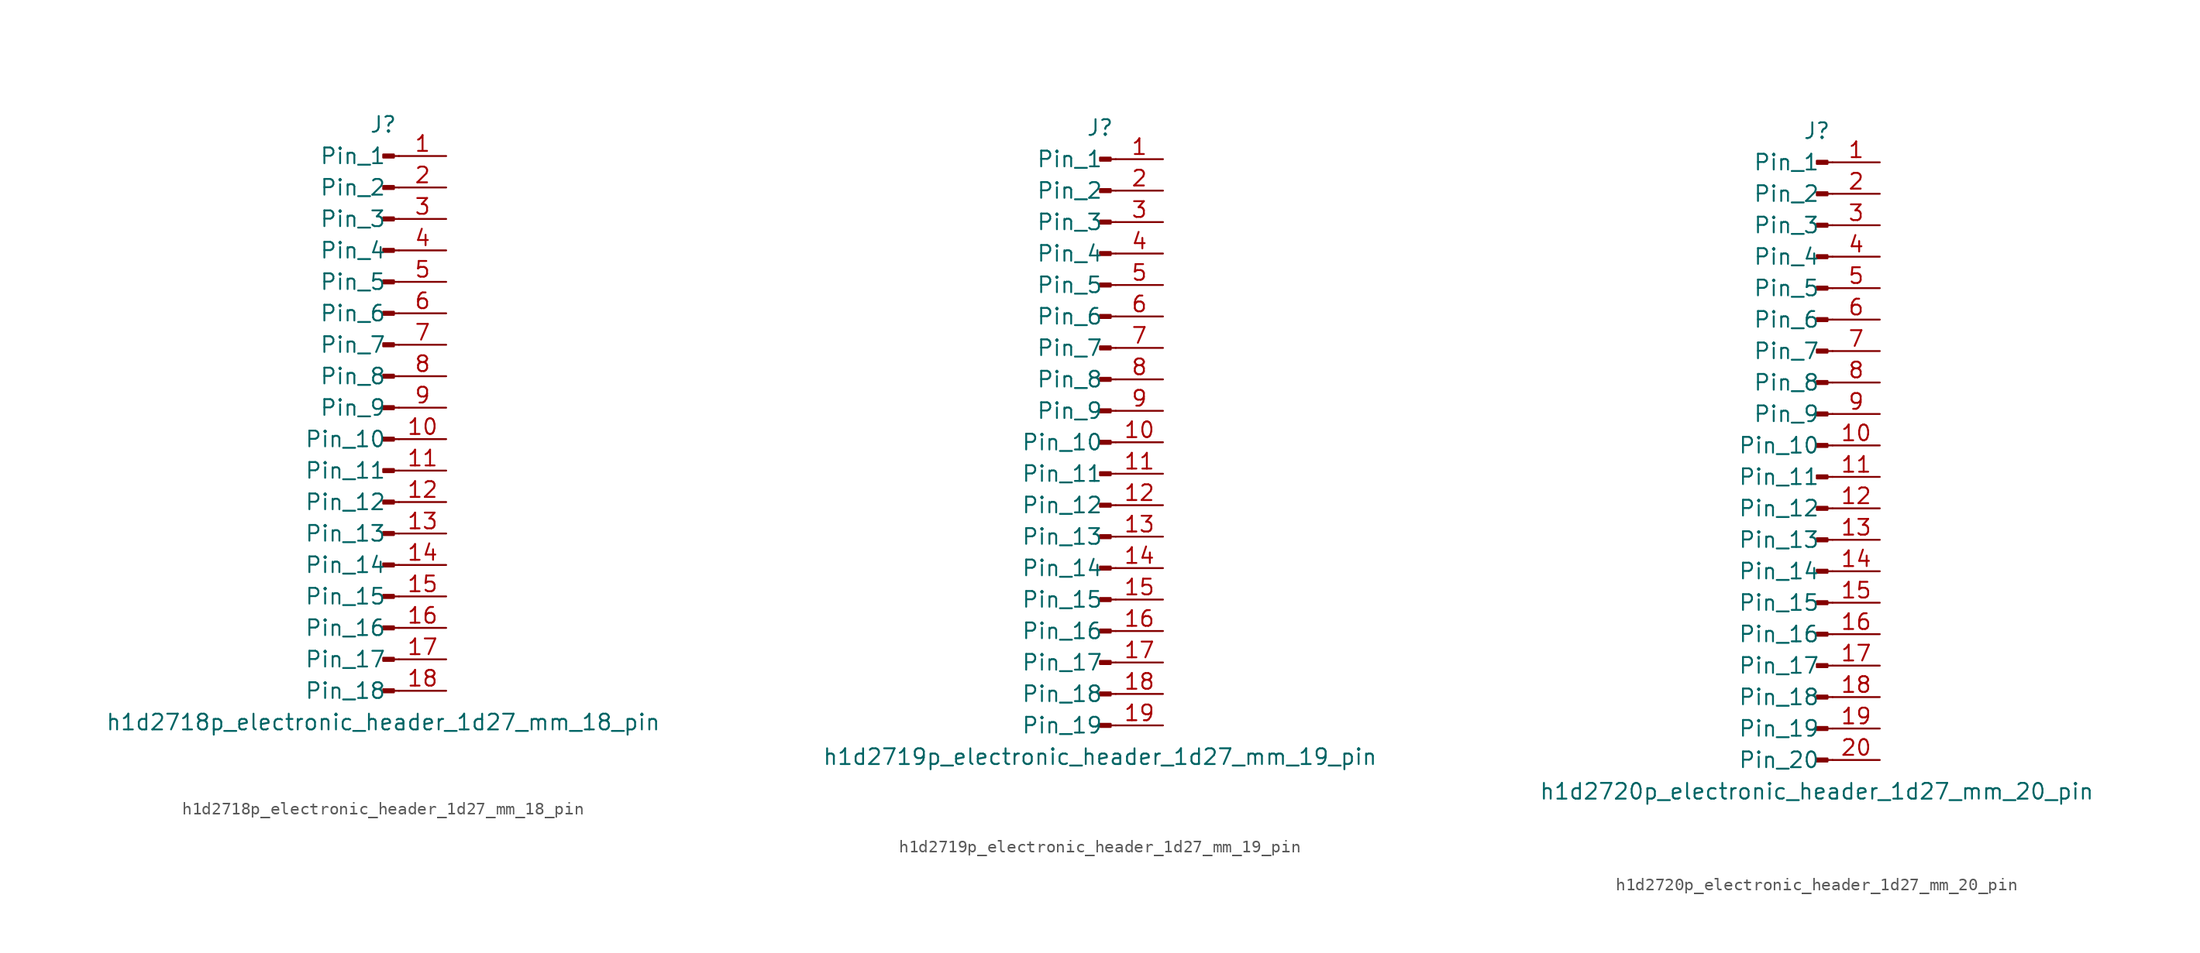
<source format=kicad_sym>
(kicad_symbol_lib
  (version 20220914)
  (generator kicad_symbol_editor)
  (symbol "h1d2718p_electronic_header_1d27_mm_18_pin"
    (pin_names
      (offset 1.016))
    (property "Reference" "J"
      (at 0 22.86 0)
      (effects (font (size 1.27 1.27))))
    (property "Value" "h1d2718p_electronic_header_1d27_mm_18_pin"
      (at 0 -25.4 0)
      (effects (font (size 1.27 1.27))))
    (property "ki_locked" ""
      (at 0 0 0)
      (effects (font (size 1.27 1.27))))
    (symbol "h1d2718p_electronic_header_1d27_mm_18_pin_1_1"
      (polyline (pts (xy 1.27 -22.86) (xy 0.864 -22.86)) (stroke (width 0.152) (type default)) (fill (type none)))
      (polyline (pts (xy 1.27 -20.32) (xy 0.864 -20.32)) (stroke (width 0.152) (type default)) (fill (type none)))
      (polyline (pts (xy 1.27 -17.78) (xy 0.864 -17.78)) (stroke (width 0.152) (type default)) (fill (type none)))
      (polyline (pts (xy 1.27 -15.24) (xy 0.864 -15.24)) (stroke (width 0.152) (type default)) (fill (type none)))
      (polyline (pts (xy 1.27 -12.7) (xy 0.864 -12.7)) (stroke (width 0.152) (type default)) (fill (type none)))
      (polyline (pts (xy 1.27 -10.16) (xy 0.864 -10.16)) (stroke (width 0.152) (type default)) (fill (type none)))
      (polyline (pts (xy 1.27 -7.62) (xy 0.864 -7.62)) (stroke (width 0.152) (type default)) (fill (type none)))
      (polyline (pts (xy 1.27 -5.08) (xy 0.864 -5.08)) (stroke (width 0.152) (type default)) (fill (type none)))
      (polyline (pts (xy 1.27 -2.54) (xy 0.864 -2.54)) (stroke (width 0.152) (type default)) (fill (type none)))
      (polyline (pts (xy 1.27 0) (xy 0.864 0)) (stroke (width 0.152) (type default)) (fill (type none)))
      (polyline (pts (xy 1.27 2.54) (xy 0.864 2.54)) (stroke (width 0.152) (type default)) (fill (type none)))
      (polyline (pts (xy 1.27 5.08) (xy 0.864 5.08)) (stroke (width 0.152) (type default)) (fill (type none)))
      (polyline (pts (xy 1.27 7.62) (xy 0.864 7.62)) (stroke (width 0.152) (type default)) (fill (type none)))
      (polyline (pts (xy 1.27 10.16) (xy 0.864 10.16)) (stroke (width 0.152) (type default)) (fill (type none)))
      (polyline (pts (xy 1.27 12.7) (xy 0.864 12.7)) (stroke (width 0.152) (type default)) (fill (type none)))
      (polyline (pts (xy 1.27 15.24) (xy 0.864 15.24)) (stroke (width 0.152) (type default)) (fill (type none)))
      (polyline (pts (xy 1.27 17.78) (xy 0.864 17.78)) (stroke (width 0.152) (type default)) (fill (type none)))
      (polyline (pts (xy 1.27 20.32) (xy 0.864 20.32)) (stroke (width 0.152) (type default)) (fill (type none)))
      (rectangle (start 0.864 -22.733) (end 0 -22.987) (stroke (width 0.152) (type default)) (fill (type outline)))
      (rectangle (start 0.864 -20.193) (end 0 -20.447) (stroke (width 0.152) (type default)) (fill (type outline)))
      (rectangle (start 0.864 -17.653) (end 0 -17.907) (stroke (width 0.152) (type default)) (fill (type outline)))
      (rectangle (start 0.864 -15.113) (end 0 -15.367) (stroke (width 0.152) (type default)) (fill (type outline)))
      (rectangle (start 0.864 -12.573) (end 0 -12.827) (stroke (width 0.152) (type default)) (fill (type outline)))
      (rectangle (start 0.864 -10.033) (end 0 -10.287) (stroke (width 0.152) (type default)) (fill (type outline)))
      (rectangle (start 0.864 -7.493) (end 0 -7.747) (stroke (width 0.152) (type default)) (fill (type outline)))
      (rectangle (start 0.864 -4.953) (end 0 -5.207) (stroke (width 0.152) (type default)) (fill (type outline)))
      (rectangle (start 0.864 -2.413) (end 0 -2.667) (stroke (width 0.152) (type default)) (fill (type outline)))
      (rectangle (start 0.864 0.127) (end 0 -0.127) (stroke (width 0.152) (type default)) (fill (type outline)))
      (rectangle (start 0.864 2.667) (end 0 2.413) (stroke (width 0.152) (type default)) (fill (type outline)))
      (rectangle (start 0.864 5.207) (end 0 4.953) (stroke (width 0.152) (type default)) (fill (type outline)))
      (rectangle (start 0.864 7.747) (end 0 7.493) (stroke (width 0.152) (type default)) (fill (type outline)))
      (rectangle (start 0.864 10.287) (end 0 10.033) (stroke (width 0.152) (type default)) (fill (type outline)))
      (rectangle (start 0.864 12.827) (end 0 12.573) (stroke (width 0.152) (type default)) (fill (type outline)))
      (rectangle (start 0.864 15.367) (end 0 15.113) (stroke (width 0.152) (type default)) (fill (type outline)))
      (rectangle (start 0.864 17.907) (end 0 17.653) (stroke (width 0.152) (type default)) (fill (type outline)))
      (rectangle (start 0.864 20.447) (end 0 20.193) (stroke (width 0.152) (type default)) (fill (type outline)))
      (pin passive line (at 5.08 20.32 180) (length 3.81) (name "Pin_1" (effects (font (size 1.27 1.27)))) (number "1" (effects (font (size 1.27 1.27)))))
      (pin passive line (at 5.08 -2.54 180) (length 3.81) (name "Pin_10" (effects (font (size 1.27 1.27)))) (number "10" (effects (font (size 1.27 1.27)))))
      (pin passive line (at 5.08 -5.08 180) (length 3.81) (name "Pin_11" (effects (font (size 1.27 1.27)))) (number "11" (effects (font (size 1.27 1.27)))))
      (pin passive line (at 5.08 -7.62 180) (length 3.81) (name "Pin_12" (effects (font (size 1.27 1.27)))) (number "12" (effects (font (size 1.27 1.27)))))
      (pin passive line (at 5.08 -10.16 180) (length 3.81) (name "Pin_13" (effects (font (size 1.27 1.27)))) (number "13" (effects (font (size 1.27 1.27)))))
      (pin passive line (at 5.08 -12.7 180) (length 3.81) (name "Pin_14" (effects (font (size 1.27 1.27)))) (number "14" (effects (font (size 1.27 1.27)))))
      (pin passive line (at 5.08 -15.24 180) (length 3.81) (name "Pin_15" (effects (font (size 1.27 1.27)))) (number "15" (effects (font (size 1.27 1.27)))))
      (pin passive line (at 5.08 -17.78 180) (length 3.81) (name "Pin_16" (effects (font (size 1.27 1.27)))) (number "16" (effects (font (size 1.27 1.27)))))
      (pin passive line (at 5.08 -20.32 180) (length 3.81) (name "Pin_17" (effects (font (size 1.27 1.27)))) (number "17" (effects (font (size 1.27 1.27)))))
      (pin passive line (at 5.08 -22.86 180) (length 3.81) (name "Pin_18" (effects (font (size 1.27 1.27)))) (number "18" (effects (font (size 1.27 1.27)))))
      (pin passive line (at 5.08 17.78 180) (length 3.81) (name "Pin_2" (effects (font (size 1.27 1.27)))) (number "2" (effects (font (size 1.27 1.27)))))
      (pin passive line (at 5.08 15.24 180) (length 3.81) (name "Pin_3" (effects (font (size 1.27 1.27)))) (number "3" (effects (font (size 1.27 1.27)))))
      (pin passive line (at 5.08 12.7 180) (length 3.81) (name "Pin_4" (effects (font (size 1.27 1.27)))) (number "4" (effects (font (size 1.27 1.27)))))
      (pin passive line (at 5.08 10.16 180) (length 3.81) (name "Pin_5" (effects (font (size 1.27 1.27)))) (number "5" (effects (font (size 1.27 1.27)))))
      (pin passive line (at 5.08 7.62 180) (length 3.81) (name "Pin_6" (effects (font (size 1.27 1.27)))) (number "6" (effects (font (size 1.27 1.27)))))
      (pin passive line (at 5.08 5.08 180) (length 3.81) (name "Pin_7" (effects (font (size 1.27 1.27)))) (number "7" (effects (font (size 1.27 1.27)))))
      (pin passive line (at 5.08 2.54 180) (length 3.81) (name "Pin_8" (effects (font (size 1.27 1.27)))) (number "8" (effects (font (size 1.27 1.27)))))
      (pin passive line (at 5.08 0 180) (length 3.81) (name "Pin_9" (effects (font (size 1.27 1.27)))) (number "9" (effects (font (size 1.27 1.27)))))))
  (symbol "h1d2719p_electronic_header_1d27_mm_19_pin"
    (pin_names
      (offset 1.016))
    (property "Reference" "J"
      (at 0 25.4 0)
      (effects (font (size 1.27 1.27))))
    (property "Value" "h1d2719p_electronic_header_1d27_mm_19_pin"
      (at 0 -25.4 0)
      (effects (font (size 1.27 1.27))))
    (property "ki_locked" ""
      (at 0 0 0)
      (effects (font (size 1.27 1.27))))
    (symbol "h1d2719p_electronic_header_1d27_mm_19_pin_1_1"
      (polyline (pts (xy 1.27 -22.86) (xy 0.864 -22.86)) (stroke (width 0.152) (type default)) (fill (type none)))
      (polyline (pts (xy 1.27 -20.32) (xy 0.864 -20.32)) (stroke (width 0.152) (type default)) (fill (type none)))
      (polyline (pts (xy 1.27 -17.78) (xy 0.864 -17.78)) (stroke (width 0.152) (type default)) (fill (type none)))
      (polyline (pts (xy 1.27 -15.24) (xy 0.864 -15.24)) (stroke (width 0.152) (type default)) (fill (type none)))
      (polyline (pts (xy 1.27 -12.7) (xy 0.864 -12.7)) (stroke (width 0.152) (type default)) (fill (type none)))
      (polyline (pts (xy 1.27 -10.16) (xy 0.864 -10.16)) (stroke (width 0.152) (type default)) (fill (type none)))
      (polyline (pts (xy 1.27 -7.62) (xy 0.864 -7.62)) (stroke (width 0.152) (type default)) (fill (type none)))
      (polyline (pts (xy 1.27 -5.08) (xy 0.864 -5.08)) (stroke (width 0.152) (type default)) (fill (type none)))
      (polyline (pts (xy 1.27 -2.54) (xy 0.864 -2.54)) (stroke (width 0.152) (type default)) (fill (type none)))
      (polyline (pts (xy 1.27 0) (xy 0.864 0)) (stroke (width 0.152) (type default)) (fill (type none)))
      (polyline (pts (xy 1.27 2.54) (xy 0.864 2.54)) (stroke (width 0.152) (type default)) (fill (type none)))
      (polyline (pts (xy 1.27 5.08) (xy 0.864 5.08)) (stroke (width 0.152) (type default)) (fill (type none)))
      (polyline (pts (xy 1.27 7.62) (xy 0.864 7.62)) (stroke (width 0.152) (type default)) (fill (type none)))
      (polyline (pts (xy 1.27 10.16) (xy 0.864 10.16)) (stroke (width 0.152) (type default)) (fill (type none)))
      (polyline (pts (xy 1.27 12.7) (xy 0.864 12.7)) (stroke (width 0.152) (type default)) (fill (type none)))
      (polyline (pts (xy 1.27 15.24) (xy 0.864 15.24)) (stroke (width 0.152) (type default)) (fill (type none)))
      (polyline (pts (xy 1.27 17.78) (xy 0.864 17.78)) (stroke (width 0.152) (type default)) (fill (type none)))
      (polyline (pts (xy 1.27 20.32) (xy 0.864 20.32)) (stroke (width 0.152) (type default)) (fill (type none)))
      (polyline (pts (xy 1.27 22.86) (xy 0.864 22.86)) (stroke (width 0.152) (type default)) (fill (type none)))
      (rectangle (start 0.864 -22.733) (end 0 -22.987) (stroke (width 0.152) (type default)) (fill (type outline)))
      (rectangle (start 0.864 -20.193) (end 0 -20.447) (stroke (width 0.152) (type default)) (fill (type outline)))
      (rectangle (start 0.864 -17.653) (end 0 -17.907) (stroke (width 0.152) (type default)) (fill (type outline)))
      (rectangle (start 0.864 -15.113) (end 0 -15.367) (stroke (width 0.152) (type default)) (fill (type outline)))
      (rectangle (start 0.864 -12.573) (end 0 -12.827) (stroke (width 0.152) (type default)) (fill (type outline)))
      (rectangle (start 0.864 -10.033) (end 0 -10.287) (stroke (width 0.152) (type default)) (fill (type outline)))
      (rectangle (start 0.864 -7.493) (end 0 -7.747) (stroke (width 0.152) (type default)) (fill (type outline)))
      (rectangle (start 0.864 -4.953) (end 0 -5.207) (stroke (width 0.152) (type default)) (fill (type outline)))
      (rectangle (start 0.864 -2.413) (end 0 -2.667) (stroke (width 0.152) (type default)) (fill (type outline)))
      (rectangle (start 0.864 0.127) (end 0 -0.127) (stroke (width 0.152) (type default)) (fill (type outline)))
      (rectangle (start 0.864 2.667) (end 0 2.413) (stroke (width 0.152) (type default)) (fill (type outline)))
      (rectangle (start 0.864 5.207) (end 0 4.953) (stroke (width 0.152) (type default)) (fill (type outline)))
      (rectangle (start 0.864 7.747) (end 0 7.493) (stroke (width 0.152) (type default)) (fill (type outline)))
      (rectangle (start 0.864 10.287) (end 0 10.033) (stroke (width 0.152) (type default)) (fill (type outline)))
      (rectangle (start 0.864 12.827) (end 0 12.573) (stroke (width 0.152) (type default)) (fill (type outline)))
      (rectangle (start 0.864 15.367) (end 0 15.113) (stroke (width 0.152) (type default)) (fill (type outline)))
      (rectangle (start 0.864 17.907) (end 0 17.653) (stroke (width 0.152) (type default)) (fill (type outline)))
      (rectangle (start 0.864 20.447) (end 0 20.193) (stroke (width 0.152) (type default)) (fill (type outline)))
      (rectangle (start 0.864 22.987) (end 0 22.733) (stroke (width 0.152) (type default)) (fill (type outline)))
      (pin passive line (at 5.08 22.86 180) (length 3.81) (name "Pin_1" (effects (font (size 1.27 1.27)))) (number "1" (effects (font (size 1.27 1.27)))))
      (pin passive line (at 5.08 0 180) (length 3.81) (name "Pin_10" (effects (font (size 1.27 1.27)))) (number "10" (effects (font (size 1.27 1.27)))))
      (pin passive line (at 5.08 -2.54 180) (length 3.81) (name "Pin_11" (effects (font (size 1.27 1.27)))) (number "11" (effects (font (size 1.27 1.27)))))
      (pin passive line (at 5.08 -5.08 180) (length 3.81) (name "Pin_12" (effects (font (size 1.27 1.27)))) (number "12" (effects (font (size 1.27 1.27)))))
      (pin passive line (at 5.08 -7.62 180) (length 3.81) (name "Pin_13" (effects (font (size 1.27 1.27)))) (number "13" (effects (font (size 1.27 1.27)))))
      (pin passive line (at 5.08 -10.16 180) (length 3.81) (name "Pin_14" (effects (font (size 1.27 1.27)))) (number "14" (effects (font (size 1.27 1.27)))))
      (pin passive line (at 5.08 -12.7 180) (length 3.81) (name "Pin_15" (effects (font (size 1.27 1.27)))) (number "15" (effects (font (size 1.27 1.27)))))
      (pin passive line (at 5.08 -15.24 180) (length 3.81) (name "Pin_16" (effects (font (size 1.27 1.27)))) (number "16" (effects (font (size 1.27 1.27)))))
      (pin passive line (at 5.08 -17.78 180) (length 3.81) (name "Pin_17" (effects (font (size 1.27 1.27)))) (number "17" (effects (font (size 1.27 1.27)))))
      (pin passive line (at 5.08 -20.32 180) (length 3.81) (name "Pin_18" (effects (font (size 1.27 1.27)))) (number "18" (effects (font (size 1.27 1.27)))))
      (pin passive line (at 5.08 -22.86 180) (length 3.81) (name "Pin_19" (effects (font (size 1.27 1.27)))) (number "19" (effects (font (size 1.27 1.27)))))
      (pin passive line (at 5.08 20.32 180) (length 3.81) (name "Pin_2" (effects (font (size 1.27 1.27)))) (number "2" (effects (font (size 1.27 1.27)))))
      (pin passive line (at 5.08 17.78 180) (length 3.81) (name "Pin_3" (effects (font (size 1.27 1.27)))) (number "3" (effects (font (size 1.27 1.27)))))
      (pin passive line (at 5.08 15.24 180) (length 3.81) (name "Pin_4" (effects (font (size 1.27 1.27)))) (number "4" (effects (font (size 1.27 1.27)))))
      (pin passive line (at 5.08 12.7 180) (length 3.81) (name "Pin_5" (effects (font (size 1.27 1.27)))) (number "5" (effects (font (size 1.27 1.27)))))
      (pin passive line (at 5.08 10.16 180) (length 3.81) (name "Pin_6" (effects (font (size 1.27 1.27)))) (number "6" (effects (font (size 1.27 1.27)))))
      (pin passive line (at 5.08 7.62 180) (length 3.81) (name "Pin_7" (effects (font (size 1.27 1.27)))) (number "7" (effects (font (size 1.27 1.27)))))
      (pin passive line (at 5.08 5.08 180) (length 3.81) (name "Pin_8" (effects (font (size 1.27 1.27)))) (number "8" (effects (font (size 1.27 1.27)))))
      (pin passive line (at 5.08 2.54 180) (length 3.81) (name "Pin_9" (effects (font (size 1.27 1.27)))) (number "9" (effects (font (size 1.27 1.27)))))))
  (symbol "h1d2720p_electronic_header_1d27_mm_20_pin"
    (pin_names
      (offset 1.016))
    (property "Reference" "J"
      (at 0 25.4 0)
      (effects (font (size 1.27 1.27))))
    (property "Value" "h1d2720p_electronic_header_1d27_mm_20_pin"
      (at 0 -27.94 0)
      (effects (font (size 1.27 1.27))))
    (property "ki_locked" ""
      (at 0 0 0)
      (effects (font (size 1.27 1.27))))
    (symbol "h1d2720p_electronic_header_1d27_mm_20_pin_1_1"
      (polyline (pts (xy 1.27 -25.4) (xy 0.864 -25.4)) (stroke (width 0.152) (type default)) (fill (type none)))
      (polyline (pts (xy 1.27 -22.86) (xy 0.864 -22.86)) (stroke (width 0.152) (type default)) (fill (type none)))
      (polyline (pts (xy 1.27 -20.32) (xy 0.864 -20.32)) (stroke (width 0.152) (type default)) (fill (type none)))
      (polyline (pts (xy 1.27 -17.78) (xy 0.864 -17.78)) (stroke (width 0.152) (type default)) (fill (type none)))
      (polyline (pts (xy 1.27 -15.24) (xy 0.864 -15.24)) (stroke (width 0.152) (type default)) (fill (type none)))
      (polyline (pts (xy 1.27 -12.7) (xy 0.864 -12.7)) (stroke (width 0.152) (type default)) (fill (type none)))
      (polyline (pts (xy 1.27 -10.16) (xy 0.864 -10.16)) (stroke (width 0.152) (type default)) (fill (type none)))
      (polyline (pts (xy 1.27 -7.62) (xy 0.864 -7.62)) (stroke (width 0.152) (type default)) (fill (type none)))
      (polyline (pts (xy 1.27 -5.08) (xy 0.864 -5.08)) (stroke (width 0.152) (type default)) (fill (type none)))
      (polyline (pts (xy 1.27 -2.54) (xy 0.864 -2.54)) (stroke (width 0.152) (type default)) (fill (type none)))
      (polyline (pts (xy 1.27 0) (xy 0.864 0)) (stroke (width 0.152) (type default)) (fill (type none)))
      (polyline (pts (xy 1.27 2.54) (xy 0.864 2.54)) (stroke (width 0.152) (type default)) (fill (type none)))
      (polyline (pts (xy 1.27 5.08) (xy 0.864 5.08)) (stroke (width 0.152) (type default)) (fill (type none)))
      (polyline (pts (xy 1.27 7.62) (xy 0.864 7.62)) (stroke (width 0.152) (type default)) (fill (type none)))
      (polyline (pts (xy 1.27 10.16) (xy 0.864 10.16)) (stroke (width 0.152) (type default)) (fill (type none)))
      (polyline (pts (xy 1.27 12.7) (xy 0.864 12.7)) (stroke (width 0.152) (type default)) (fill (type none)))
      (polyline (pts (xy 1.27 15.24) (xy 0.864 15.24)) (stroke (width 0.152) (type default)) (fill (type none)))
      (polyline (pts (xy 1.27 17.78) (xy 0.864 17.78)) (stroke (width 0.152) (type default)) (fill (type none)))
      (polyline (pts (xy 1.27 20.32) (xy 0.864 20.32)) (stroke (width 0.152) (type default)) (fill (type none)))
      (polyline (pts (xy 1.27 22.86) (xy 0.864 22.86)) (stroke (width 0.152) (type default)) (fill (type none)))
      (rectangle (start 0.864 -25.273) (end 0 -25.527) (stroke (width 0.152) (type default)) (fill (type outline)))
      (rectangle (start 0.864 -22.733) (end 0 -22.987) (stroke (width 0.152) (type default)) (fill (type outline)))
      (rectangle (start 0.864 -20.193) (end 0 -20.447) (stroke (width 0.152) (type default)) (fill (type outline)))
      (rectangle (start 0.864 -17.653) (end 0 -17.907) (stroke (width 0.152) (type default)) (fill (type outline)))
      (rectangle (start 0.864 -15.113) (end 0 -15.367) (stroke (width 0.152) (type default)) (fill (type outline)))
      (rectangle (start 0.864 -12.573) (end 0 -12.827) (stroke (width 0.152) (type default)) (fill (type outline)))
      (rectangle (start 0.864 -10.033) (end 0 -10.287) (stroke (width 0.152) (type default)) (fill (type outline)))
      (rectangle (start 0.864 -7.493) (end 0 -7.747) (stroke (width 0.152) (type default)) (fill (type outline)))
      (rectangle (start 0.864 -4.953) (end 0 -5.207) (stroke (width 0.152) (type default)) (fill (type outline)))
      (rectangle (start 0.864 -2.413) (end 0 -2.667) (stroke (width 0.152) (type default)) (fill (type outline)))
      (rectangle (start 0.864 0.127) (end 0 -0.127) (stroke (width 0.152) (type default)) (fill (type outline)))
      (rectangle (start 0.864 2.667) (end 0 2.413) (stroke (width 0.152) (type default)) (fill (type outline)))
      (rectangle (start 0.864 5.207) (end 0 4.953) (stroke (width 0.152) (type default)) (fill (type outline)))
      (rectangle (start 0.864 7.747) (end 0 7.493) (stroke (width 0.152) (type default)) (fill (type outline)))
      (rectangle (start 0.864 10.287) (end 0 10.033) (stroke (width 0.152) (type default)) (fill (type outline)))
      (rectangle (start 0.864 12.827) (end 0 12.573) (stroke (width 0.152) (type default)) (fill (type outline)))
      (rectangle (start 0.864 15.367) (end 0 15.113) (stroke (width 0.152) (type default)) (fill (type outline)))
      (rectangle (start 0.864 17.907) (end 0 17.653) (stroke (width 0.152) (type default)) (fill (type outline)))
      (rectangle (start 0.864 20.447) (end 0 20.193) (stroke (width 0.152) (type default)) (fill (type outline)))
      (rectangle (start 0.864 22.987) (end 0 22.733) (stroke (width 0.152) (type default)) (fill (type outline)))
      (pin passive line (at 5.08 22.86 180) (length 3.81) (name "Pin_1" (effects (font (size 1.27 1.27)))) (number "1" (effects (font (size 1.27 1.27)))))
      (pin passive line (at 5.08 0 180) (length 3.81) (name "Pin_10" (effects (font (size 1.27 1.27)))) (number "10" (effects (font (size 1.27 1.27)))))
      (pin passive line (at 5.08 -2.54 180) (length 3.81) (name "Pin_11" (effects (font (size 1.27 1.27)))) (number "11" (effects (font (size 1.27 1.27)))))
      (pin passive line (at 5.08 -5.08 180) (length 3.81) (name "Pin_12" (effects (font (size 1.27 1.27)))) (number "12" (effects (font (size 1.27 1.27)))))
      (pin passive line (at 5.08 -7.62 180) (length 3.81) (name "Pin_13" (effects (font (size 1.27 1.27)))) (number "13" (effects (font (size 1.27 1.27)))))
      (pin passive line (at 5.08 -10.16 180) (length 3.81) (name "Pin_14" (effects (font (size 1.27 1.27)))) (number "14" (effects (font (size 1.27 1.27)))))
      (pin passive line (at 5.08 -12.7 180) (length 3.81) (name "Pin_15" (effects (font (size 1.27 1.27)))) (number "15" (effects (font (size 1.27 1.27)))))
      (pin passive line (at 5.08 -15.24 180) (length 3.81) (name "Pin_16" (effects (font (size 1.27 1.27)))) (number "16" (effects (font (size 1.27 1.27)))))
      (pin passive line (at 5.08 -17.78 180) (length 3.81) (name "Pin_17" (effects (font (size 1.27 1.27)))) (number "17" (effects (font (size 1.27 1.27)))))
      (pin passive line (at 5.08 -20.32 180) (length 3.81) (name "Pin_18" (effects (font (size 1.27 1.27)))) (number "18" (effects (font (size 1.27 1.27)))))
      (pin passive line (at 5.08 -22.86 180) (length 3.81) (name "Pin_19" (effects (font (size 1.27 1.27)))) (number "19" (effects (font (size 1.27 1.27)))))
      (pin passive line (at 5.08 20.32 180) (length 3.81) (name "Pin_2" (effects (font (size 1.27 1.27)))) (number "2" (effects (font (size 1.27 1.27)))))
      (pin passive line (at 5.08 -25.4 180) (length 3.81) (name "Pin_20" (effects (font (size 1.27 1.27)))) (number "20" (effects (font (size 1.27 1.27)))))
      (pin passive line (at 5.08 17.78 180) (length 3.81) (name "Pin_3" (effects (font (size 1.27 1.27)))) (number "3" (effects (font (size 1.27 1.27)))))
      (pin passive line (at 5.08 15.24 180) (length 3.81) (name "Pin_4" (effects (font (size 1.27 1.27)))) (number "4" (effects (font (size 1.27 1.27)))))
      (pin passive line (at 5.08 12.7 180) (length 3.81) (name "Pin_5" (effects (font (size 1.27 1.27)))) (number "5" (effects (font (size 1.27 1.27)))))
      (pin passive line (at 5.08 10.16 180) (length 3.81) (name "Pin_6" (effects (font (size 1.27 1.27)))) (number "6" (effects (font (size 1.27 1.27)))))
      (pin passive line (at 5.08 7.62 180) (length 3.81) (name "Pin_7" (effects (font (size 1.27 1.27)))) (number "7" (effects (font (size 1.27 1.27)))))
      (pin passive line (at 5.08 5.08 180) (length 3.81) (name "Pin_8" (effects (font (size 1.27 1.27)))) (number "8" (effects (font (size 1.27 1.27)))))
      (pin passive line (at 5.08 2.54 180) (length 3.81) (name "Pin_9" (effects (font (size 1.27 1.27)))) (number "9" (effects (font (size 1.27 1.27))))))))
</source>
